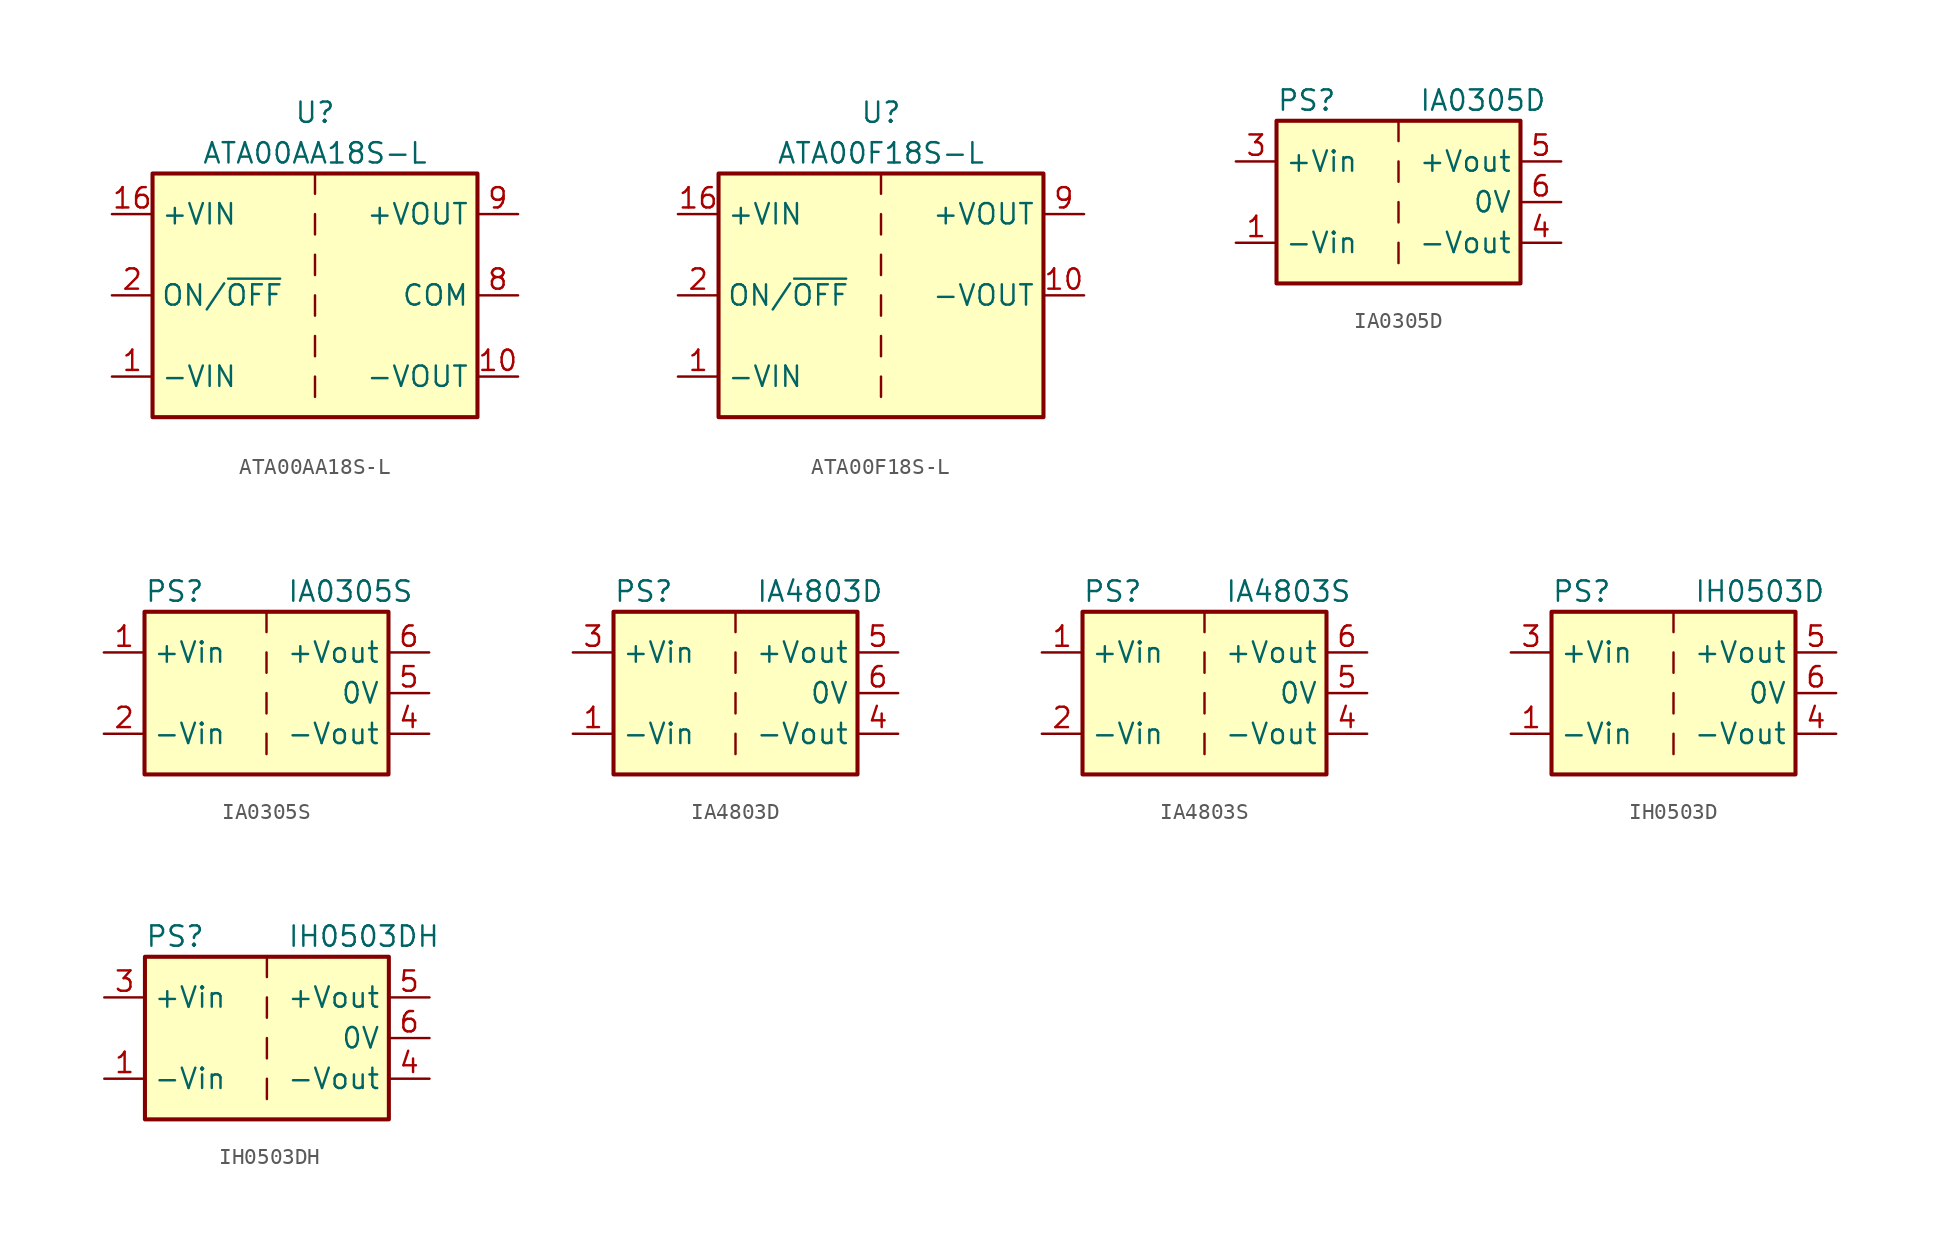
<source format=kicad_sym>
(kicad_symbol_lib
  (version 20220914)
  (generator kicad_symbol_editor)
  (symbol "ATA00AA18S-L"
    (property "Reference" "U"
      (at 0 11.43 0)
      (effects (font (size 1.27 1.27))))
    (property "Value" "ATA00AA18S-L"
      (at 0 8.89 0)
      (effects (font (size 1.27 1.27))))
    (symbol "ATA00AA18S-L_0_1"
      (rectangle (start -10.16 7.62) (end 10.16 -7.62) (stroke (width 0.254) (type default)) (fill (type background)))
      (polyline (pts (xy 0 -5.08) (xy 0 -6.35)) (stroke (width 0) (type default)) (fill (type none)))
      (polyline (pts (xy 0 -2.54) (xy 0 -3.81)) (stroke (width 0) (type default)) (fill (type none)))
      (polyline (pts (xy 0 0) (xy 0 -1.27)) (stroke (width 0) (type default)) (fill (type none)))
      (polyline (pts (xy 0 2.54) (xy 0 1.27)) (stroke (width 0) (type default)) (fill (type none)))
      (polyline (pts (xy 0 5.08) (xy 0 3.81)) (stroke (width 0) (type default)) (fill (type none)))
      (polyline (pts (xy 0 7.62) (xy 0 6.35)) (stroke (width 0) (type default)) (fill (type none))))
    (symbol "ATA00AA18S-L_1_1"
      (pin power_in line (at -12.7 -5.08 0) (length 2.54) (name "-VIN" (effects (font (size 1.27 1.27)))) (number "1" (effects (font (size 1.27 1.27)))))
      (pin power_out line (at 12.7 -5.08 180) (length 2.54) (name "-VOUT" (effects (font (size 1.27 1.27)))) (number "10" (effects (font (size 1.27 1.27)))))
      (pin power_in line (at -12.7 5.08 0) (length 2.54) (name "+VIN" (effects (font (size 1.27 1.27)))) (number "16" (effects (font (size 1.27 1.27)))))
      (pin input line (at -12.7 0 0) (length 2.54) (name "ON/~{OFF}" (effects (font (size 1.27 1.27)))) (number "2" (effects (font (size 1.27 1.27)))))
      (pin no_connect line (at 10.16 2.54 180) (length 2.54) hide (name "NC" (effects (font (size 1.27 1.27)))) (number "7" (effects (font (size 1.27 1.27)))))
      (pin power_out line (at 12.7 0 180) (length 2.54) (name "COM" (effects (font (size 1.27 1.27)))) (number "8" (effects (font (size 1.27 1.27)))))
      (pin power_out line (at 12.7 5.08 180) (length 2.54) (name "+VOUT" (effects (font (size 1.27 1.27)))) (number "9" (effects (font (size 1.27 1.27)))))))
  (symbol "ATA00F18S-L"
    (property "Reference" "U"
      (at 0 11.43 0)
      (effects (font (size 1.27 1.27))))
    (property "Value" "ATA00F18S-L"
      (at 0 8.89 0)
      (effects (font (size 1.27 1.27))))
    (symbol "ATA00F18S-L_0_1"
      (rectangle (start -10.16 7.62) (end 10.16 -7.62) (stroke (width 0.254) (type default)) (fill (type background)))
      (polyline (pts (xy 0 -5.08) (xy 0 -6.35)) (stroke (width 0) (type default)) (fill (type none)))
      (polyline (pts (xy 0 -2.54) (xy 0 -3.81)) (stroke (width 0) (type default)) (fill (type none)))
      (polyline (pts (xy 0 0) (xy 0 -1.27)) (stroke (width 0) (type default)) (fill (type none)))
      (polyline (pts (xy 0 2.54) (xy 0 1.27)) (stroke (width 0) (type default)) (fill (type none)))
      (polyline (pts (xy 0 5.08) (xy 0 3.81)) (stroke (width 0) (type default)) (fill (type none)))
      (polyline (pts (xy 0 7.62) (xy 0 6.35)) (stroke (width 0) (type default)) (fill (type none))))
    (symbol "ATA00F18S-L_1_1"
      (pin power_in line (at -12.7 -5.08 0) (length 2.54) (name "-VIN" (effects (font (size 1.27 1.27)))) (number "1" (effects (font (size 1.27 1.27)))))
      (pin power_out line (at 12.7 0 180) (length 2.54) (name "-VOUT" (effects (font (size 1.27 1.27)))) (number "10" (effects (font (size 1.27 1.27)))))
      (pin power_in line (at -12.7 5.08 0) (length 2.54) (name "+VIN" (effects (font (size 1.27 1.27)))) (number "16" (effects (font (size 1.27 1.27)))))
      (pin input line (at -12.7 0 0) (length 2.54) (name "ON/~{OFF}" (effects (font (size 1.27 1.27)))) (number "2" (effects (font (size 1.27 1.27)))))
      (pin no_connect line (at 10.16 -2.54 180) (length 2.54) hide (name "NC" (effects (font (size 1.27 1.27)))) (number "7" (effects (font (size 1.27 1.27)))))
      (pin no_connect line (at 10.16 -5.08 180) (length 2.54) hide (name "NC" (effects (font (size 1.27 1.27)))) (number "8" (effects (font (size 1.27 1.27)))))
      (pin power_out line (at 12.7 5.08 180) (length 2.54) (name "+VOUT" (effects (font (size 1.27 1.27)))) (number "9" (effects (font (size 1.27 1.27)))))))
  (symbol "IA0305D"
    (property "Reference" "PS"
      (at -7.62 6.35 0)
      (effects (font (size 1.27 1.27)) (justify left)))
    (property "Value" "IA0305D"
      (at 1.27 6.35 0)
      (effects (font (size 1.27 1.27)) (justify left)))
    (symbol "IA0305D_0_0"
      (pin power_in line (at -10.16 -2.54 0) (length 2.54) (name "-Vin" (effects (font (size 1.27 1.27)))) (number "1" (effects (font (size 1.27 1.27)))))
      (pin power_in line (at -10.16 2.54 0) (length 2.54) (name "+Vin" (effects (font (size 1.27 1.27)))) (number "3" (effects (font (size 1.27 1.27)))))
      (pin power_out line (at 10.16 -2.54 180) (length 2.54) (name "-Vout" (effects (font (size 1.27 1.27)))) (number "4" (effects (font (size 1.27 1.27)))))
      (pin power_out line (at 10.16 2.54 180) (length 2.54) (name "+Vout" (effects (font (size 1.27 1.27)))) (number "5" (effects (font (size 1.27 1.27)))))
      (pin power_out line (at 10.16 0 180) (length 2.54) (name "0V" (effects (font (size 1.27 1.27)))) (number "6" (effects (font (size 1.27 1.27))))))
    (symbol "IA0305D_0_1"
      (rectangle (start -7.62 5.08) (end 7.62 -5.08) (stroke (width 0.254) (type default)) (fill (type background)))
      (polyline (pts (xy 0 -2.54) (xy 0 -3.81)) (stroke (width 0) (type default)) (fill (type none)))
      (polyline (pts (xy 0 0) (xy 0 -1.27)) (stroke (width 0) (type default)) (fill (type none)))
      (polyline (pts (xy 0 2.54) (xy 0 1.27)) (stroke (width 0) (type default)) (fill (type none)))
      (polyline (pts (xy 0 5.08) (xy 0 3.81)) (stroke (width 0) (type default)) (fill (type none))))
    (symbol "IA0305D_1_1"
      (pin no_connect line (at 0 -5.08 90) (length 2.54) hide (name "NC" (effects (font (size 1.27 1.27)))) (number "2" (effects (font (size 1.27 1.27)))))))
  (symbol "IA0305S"
    (property "Reference" "PS"
      (at -7.62 6.35 0)
      (effects (font (size 1.27 1.27)) (justify left)))
    (property "Value" "IA0305S"
      (at 1.27 6.35 0)
      (effects (font (size 1.27 1.27)) (justify left)))
    (symbol "IA0305S_0_0"
      (pin power_in line (at -10.16 2.54 0) (length 2.54) (name "+Vin" (effects (font (size 1.27 1.27)))) (number "1" (effects (font (size 1.27 1.27)))))
      (pin power_in line (at -10.16 -2.54 0) (length 2.54) (name "-Vin" (effects (font (size 1.27 1.27)))) (number "2" (effects (font (size 1.27 1.27)))))
      (pin power_out line (at 10.16 -2.54 180) (length 2.54) (name "-Vout" (effects (font (size 1.27 1.27)))) (number "4" (effects (font (size 1.27 1.27)))))
      (pin power_out line (at 10.16 0 180) (length 2.54) (name "0V" (effects (font (size 1.27 1.27)))) (number "5" (effects (font (size 1.27 1.27)))))
      (pin power_out line (at 10.16 2.54 180) (length 2.54) (name "+Vout" (effects (font (size 1.27 1.27)))) (number "6" (effects (font (size 1.27 1.27))))))
    (symbol "IA0305S_0_1"
      (rectangle (start -7.62 5.08) (end 7.62 -5.08) (stroke (width 0.254) (type default)) (fill (type background)))
      (polyline (pts (xy 0 -2.54) (xy 0 -3.81)) (stroke (width 0) (type default)) (fill (type none)))
      (polyline (pts (xy 0 0) (xy 0 -1.27)) (stroke (width 0) (type default)) (fill (type none)))
      (polyline (pts (xy 0 2.54) (xy 0 1.27)) (stroke (width 0) (type default)) (fill (type none)))
      (polyline (pts (xy 0 5.08) (xy 0 3.81)) (stroke (width 0) (type default)) (fill (type none)))))
  (symbol "IA4803D"
    (property "Reference" "PS"
      (at -7.62 6.35 0)
      (effects (font (size 1.27 1.27)) (justify left)))
    (property "Value" "IA4803D"
      (at 1.27 6.35 0)
      (effects (font (size 1.27 1.27)) (justify left)))
    (symbol "IA4803D_0_0"
      (pin power_in line (at -10.16 -2.54 0) (length 2.54) (name "-Vin" (effects (font (size 1.27 1.27)))) (number "1" (effects (font (size 1.27 1.27)))))
      (pin power_in line (at -10.16 2.54 0) (length 2.54) (name "+Vin" (effects (font (size 1.27 1.27)))) (number "3" (effects (font (size 1.27 1.27)))))
      (pin power_out line (at 10.16 -2.54 180) (length 2.54) (name "-Vout" (effects (font (size 1.27 1.27)))) (number "4" (effects (font (size 1.27 1.27)))))
      (pin power_out line (at 10.16 2.54 180) (length 2.54) (name "+Vout" (effects (font (size 1.27 1.27)))) (number "5" (effects (font (size 1.27 1.27)))))
      (pin power_out line (at 10.16 0 180) (length 2.54) (name "0V" (effects (font (size 1.27 1.27)))) (number "6" (effects (font (size 1.27 1.27))))))
    (symbol "IA4803D_0_1"
      (rectangle (start -7.62 5.08) (end 7.62 -5.08) (stroke (width 0.254) (type default)) (fill (type background)))
      (polyline (pts (xy 0 -2.54) (xy 0 -3.81)) (stroke (width 0) (type default)) (fill (type none)))
      (polyline (pts (xy 0 0) (xy 0 -1.27)) (stroke (width 0) (type default)) (fill (type none)))
      (polyline (pts (xy 0 2.54) (xy 0 1.27)) (stroke (width 0) (type default)) (fill (type none)))
      (polyline (pts (xy 0 5.08) (xy 0 3.81)) (stroke (width 0) (type default)) (fill (type none))))
    (symbol "IA4803D_1_1"
      (pin no_connect line (at 0 -5.08 90) (length 2.54) hide (name "NC" (effects (font (size 1.27 1.27)))) (number "2" (effects (font (size 1.27 1.27)))))))
  (symbol "IA4803S"
    (property "Reference" "PS"
      (at -7.62 6.35 0)
      (effects (font (size 1.27 1.27)) (justify left)))
    (property "Value" "IA4803S"
      (at 1.27 6.35 0)
      (effects (font (size 1.27 1.27)) (justify left)))
    (symbol "IA4803S_0_0"
      (pin power_in line (at -10.16 2.54 0) (length 2.54) (name "+Vin" (effects (font (size 1.27 1.27)))) (number "1" (effects (font (size 1.27 1.27)))))
      (pin power_in line (at -10.16 -2.54 0) (length 2.54) (name "-Vin" (effects (font (size 1.27 1.27)))) (number "2" (effects (font (size 1.27 1.27)))))
      (pin power_out line (at 10.16 -2.54 180) (length 2.54) (name "-Vout" (effects (font (size 1.27 1.27)))) (number "4" (effects (font (size 1.27 1.27)))))
      (pin power_out line (at 10.16 0 180) (length 2.54) (name "0V" (effects (font (size 1.27 1.27)))) (number "5" (effects (font (size 1.27 1.27)))))
      (pin power_out line (at 10.16 2.54 180) (length 2.54) (name "+Vout" (effects (font (size 1.27 1.27)))) (number "6" (effects (font (size 1.27 1.27))))))
    (symbol "IA4803S_0_1"
      (rectangle (start -7.62 5.08) (end 7.62 -5.08) (stroke (width 0.254) (type default)) (fill (type background)))
      (polyline (pts (xy 0 -2.54) (xy 0 -3.81)) (stroke (width 0) (type default)) (fill (type none)))
      (polyline (pts (xy 0 0) (xy 0 -1.27)) (stroke (width 0) (type default)) (fill (type none)))
      (polyline (pts (xy 0 2.54) (xy 0 1.27)) (stroke (width 0) (type default)) (fill (type none)))
      (polyline (pts (xy 0 5.08) (xy 0 3.81)) (stroke (width 0) (type default)) (fill (type none)))))
  (symbol "IH0503D"
    (property "Reference" "PS"
      (at -7.62 6.35 0)
      (effects (font (size 1.27 1.27)) (justify left)))
    (property "Value" "IH0503D"
      (at 1.27 6.35 0)
      (effects (font (size 1.27 1.27)) (justify left)))
    (symbol "IH0503D_0_0"
      (pin power_in line (at -10.16 -2.54 0) (length 2.54) (name "-Vin" (effects (font (size 1.27 1.27)))) (number "1" (effects (font (size 1.27 1.27)))))
      (pin power_in line (at -10.16 2.54 0) (length 2.54) (name "+Vin" (effects (font (size 1.27 1.27)))) (number "3" (effects (font (size 1.27 1.27)))))
      (pin power_out line (at 10.16 -2.54 180) (length 2.54) (name "-Vout" (effects (font (size 1.27 1.27)))) (number "4" (effects (font (size 1.27 1.27)))))
      (pin power_out line (at 10.16 2.54 180) (length 2.54) (name "+Vout" (effects (font (size 1.27 1.27)))) (number "5" (effects (font (size 1.27 1.27)))))
      (pin power_out line (at 10.16 0 180) (length 2.54) (name "0V" (effects (font (size 1.27 1.27)))) (number "6" (effects (font (size 1.27 1.27))))))
    (symbol "IH0503D_0_1"
      (rectangle (start -7.62 5.08) (end 7.62 -5.08) (stroke (width 0.254) (type default)) (fill (type background)))
      (polyline (pts (xy 0 -2.54) (xy 0 -3.81)) (stroke (width 0) (type default)) (fill (type none)))
      (polyline (pts (xy 0 0) (xy 0 -1.27)) (stroke (width 0) (type default)) (fill (type none)))
      (polyline (pts (xy 0 2.54) (xy 0 1.27)) (stroke (width 0) (type default)) (fill (type none)))
      (polyline (pts (xy 0 5.08) (xy 0 3.81)) (stroke (width 0) (type default)) (fill (type none))))
    (symbol "IH0503D_1_1"
      (pin no_connect line (at 0 -5.08 90) (length 2.54) hide (name "NC" (effects (font (size 1.27 1.27)))) (number "2" (effects (font (size 1.27 1.27)))))))
  (symbol "IH0503DH"
    (property "Reference" "PS"
      (at -7.62 6.35 0)
      (effects (font (size 1.27 1.27)) (justify left)))
    (property "Value" "IH0503DH"
      (at 1.27 6.35 0)
      (effects (font (size 1.27 1.27)) (justify left)))
    (symbol "IH0503DH_0_0"
      (pin power_in line (at -10.16 -2.54 0) (length 2.54) (name "-Vin" (effects (font (size 1.27 1.27)))) (number "1" (effects (font (size 1.27 1.27)))))
      (pin power_in line (at -10.16 2.54 0) (length 2.54) (name "+Vin" (effects (font (size 1.27 1.27)))) (number "3" (effects (font (size 1.27 1.27)))))
      (pin power_out line (at 10.16 -2.54 180) (length 2.54) (name "-Vout" (effects (font (size 1.27 1.27)))) (number "4" (effects (font (size 1.27 1.27)))))
      (pin power_out line (at 10.16 2.54 180) (length 2.54) (name "+Vout" (effects (font (size 1.27 1.27)))) (number "5" (effects (font (size 1.27 1.27)))))
      (pin power_out line (at 10.16 0 180) (length 2.54) (name "0V" (effects (font (size 1.27 1.27)))) (number "6" (effects (font (size 1.27 1.27))))))
    (symbol "IH0503DH_0_1"
      (rectangle (start -7.62 5.08) (end 7.62 -5.08) (stroke (width 0.254) (type default)) (fill (type background)))
      (polyline (pts (xy 0 -2.54) (xy 0 -3.81)) (stroke (width 0) (type default)) (fill (type none)))
      (polyline (pts (xy 0 0) (xy 0 -1.27)) (stroke (width 0) (type default)) (fill (type none)))
      (polyline (pts (xy 0 2.54) (xy 0 1.27)) (stroke (width 0) (type default)) (fill (type none)))
      (polyline (pts (xy 0 5.08) (xy 0 3.81)) (stroke (width 0) (type default)) (fill (type none))))
    (symbol "IH0503DH_1_1"
      (pin no_connect line (at 0 -5.08 90) (length 2.54) hide (name "NC" (effects (font (size 1.27 1.27)))) (number "2" (effects (font (size 1.27 1.27))))))))
</source>
